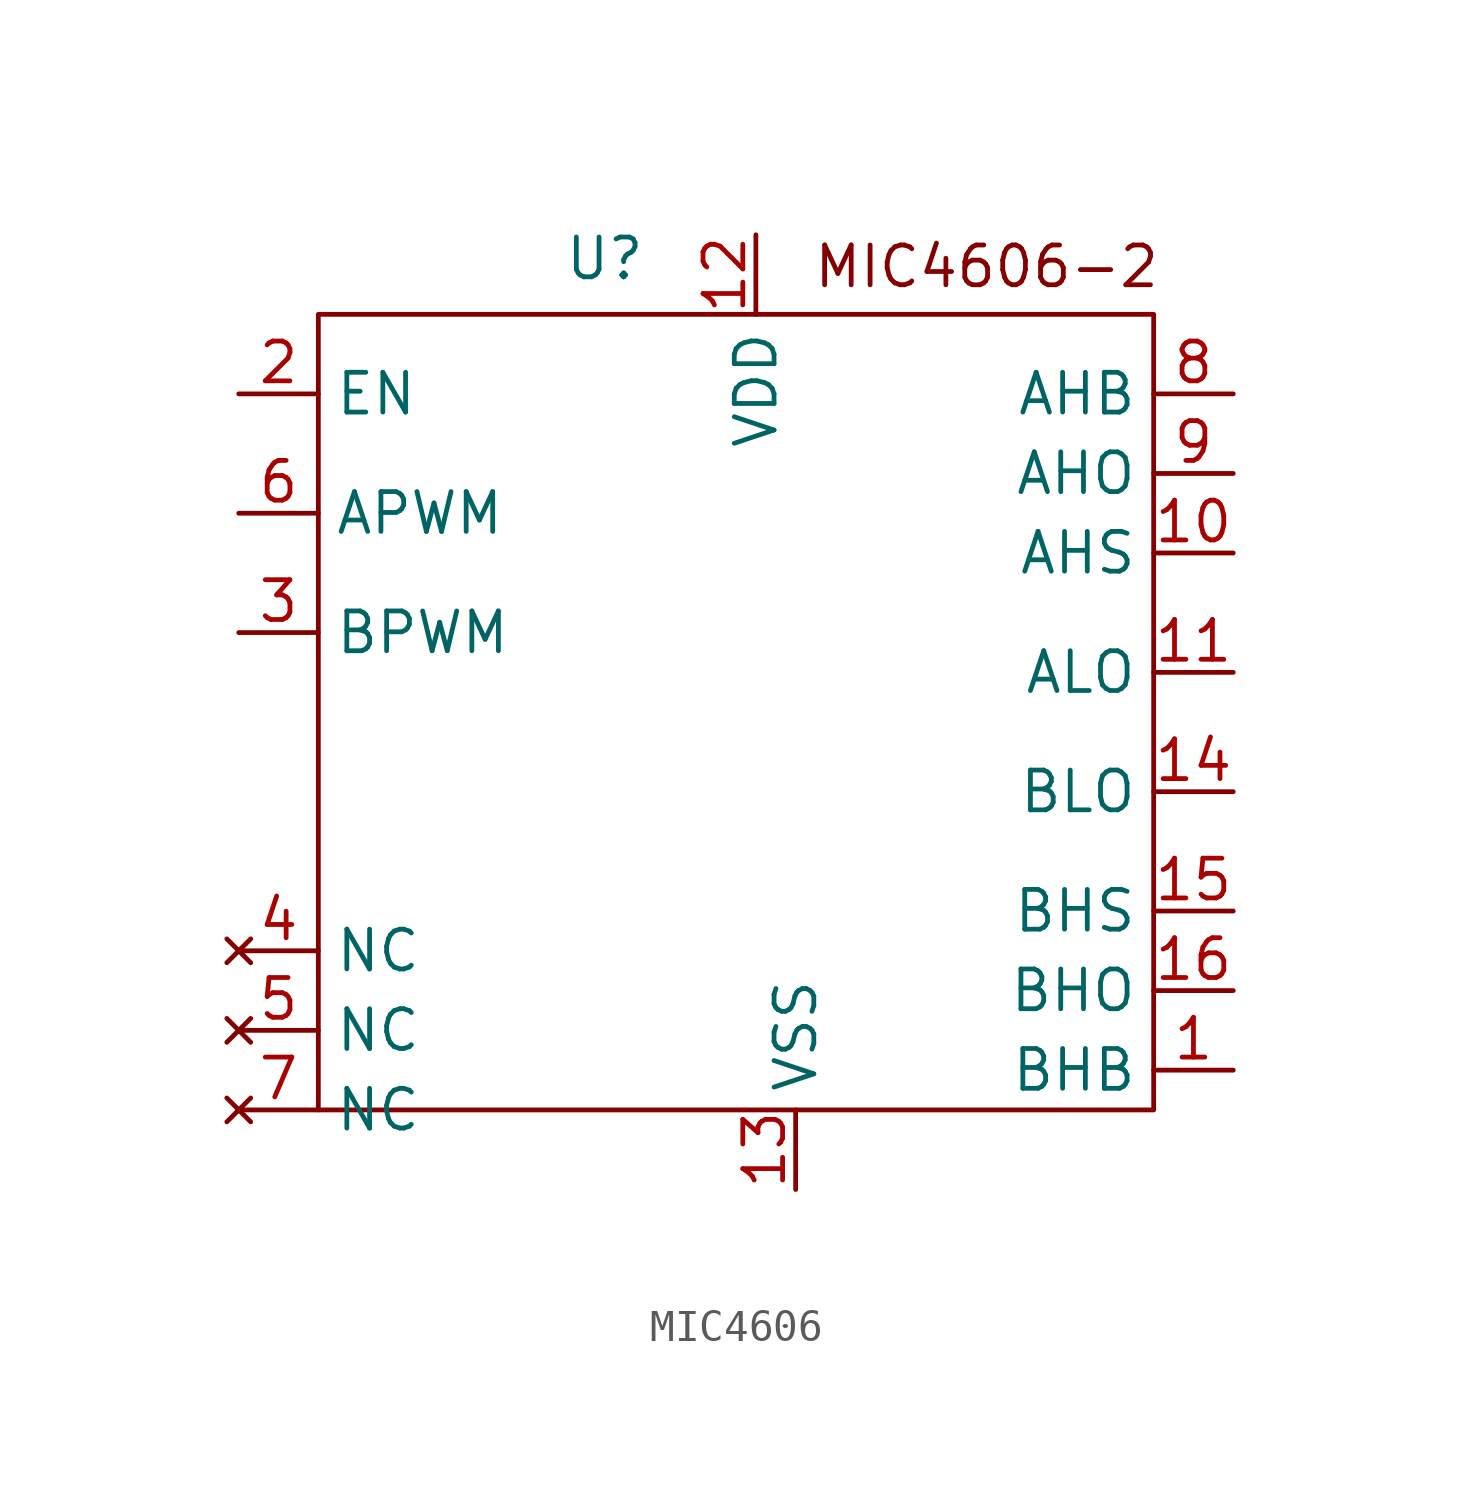
<source format=kicad_sym>
(kicad_symbol_lib
  (version 20231120)
  (generator "kicad_symbol_editor")
  (generator_version "8.0")
  (symbol "MIC4606"
    (property "Reference" "U"
      (at -16.256 4.318 0)
      (effects (font (size 1.27 1.27))))
    (property "Value" ""
      (at 0 0 0)
      (effects (font (size 1.27 1.27))))
    (symbol "MIC4606_0_0"
      (pin bidirectional line (at 3.81 -21.59 180) (length 2.54) (name "BHB" (effects (font (size 1.27 1.27)))) (number "1" (effects (font (size 1.27 1.27)))))
      (pin bidirectional line (at 3.81 -5.08 180) (length 2.54) (name "AHS" (effects (font (size 1.27 1.27)))) (number "10" (effects (font (size 1.27 1.27)))))
      (pin output line (at 3.81 -8.89 180) (length 2.54) (name "ALO" (effects (font (size 1.27 1.27)))) (number "11" (effects (font (size 1.27 1.27)))))
      (pin power_in line (at -11.43 5.08 270) (length 2.54) (name "VDD" (effects (font (size 1.27 1.27)))) (number "12" (effects (font (size 1.27 1.27)))))
      (pin power_in line (at -10.16 -25.4 90) (length 2.54) (name "VSS" (effects (font (size 1.27 1.27)))) (number "13" (effects (font (size 1.27 1.27)))))
      (pin output line (at 3.81 -12.7 180) (length 2.54) (name "BLO" (effects (font (size 1.27 1.27)))) (number "14" (effects (font (size 1.27 1.27)))))
      (pin bidirectional line (at 3.81 -16.51 180) (length 2.54) (name "BHS" (effects (font (size 1.27 1.27)))) (number "15" (effects (font (size 1.27 1.27)))))
      (pin output line (at 3.81 -19.05 180) (length 2.54) (name "BHO" (effects (font (size 1.27 1.27)))) (number "16" (effects (font (size 1.27 1.27)))))
      (pin input line (at -27.94 0 0) (length 2.54) (name "EN" (effects (font (size 1.27 1.27)))) (number "2" (effects (font (size 1.27 1.27)))))
      (pin no_connect line (at -27.94 -22.86 0) (length 2.54) (name "NC" (effects (font (size 1.27 1.27)))) (number "7" (effects (font (size 1.27 1.27)))))
      (pin bidirectional line (at 3.81 0 180) (length 2.54) (name "AHB" (effects (font (size 1.27 1.27)))) (number "8" (effects (font (size 1.27 1.27)))))
      (pin output line (at 3.81 -2.54 180) (length 2.54) (name "AHO" (effects (font (size 1.27 1.27)))) (number "9" (effects (font (size 1.27 1.27))))))
    (symbol "MIC4606_0_1"
      (rectangle (start -25.4 2.54) (end 1.27 -22.86) (stroke (width 0) (type default)) (fill (type none))))
    (symbol "MIC4606_1_0"
      (pin input line (at -27.94 -7.62 0) (length 2.54) (name "BPWM" (effects (font (size 1.27 1.27)))) (number "3" (effects (font (size 1.27 1.27)))))
      (pin no_connect line (at -27.94 -17.78 0) (length 2.54) (name "NC" (effects (font (size 1.27 1.27)))) (number "4" (effects (font (size 1.27 1.27)))))
      (pin no_connect line (at -27.94 -20.32 0) (length 2.54) (name "NC" (effects (font (size 1.27 1.27)))) (number "5" (effects (font (size 1.27 1.27)))))
      (pin input line (at -27.94 -3.81 0) (length 2.54) (name "APWM" (effects (font (size 1.27 1.27)))) (number "6" (effects (font (size 1.27 1.27))))))
    (symbol "MIC4606_1_1"
      (text "MIC4606-2" (at -4.064 4.064 0) (effects (font (size 1.27 1.27)))))))
</source>
